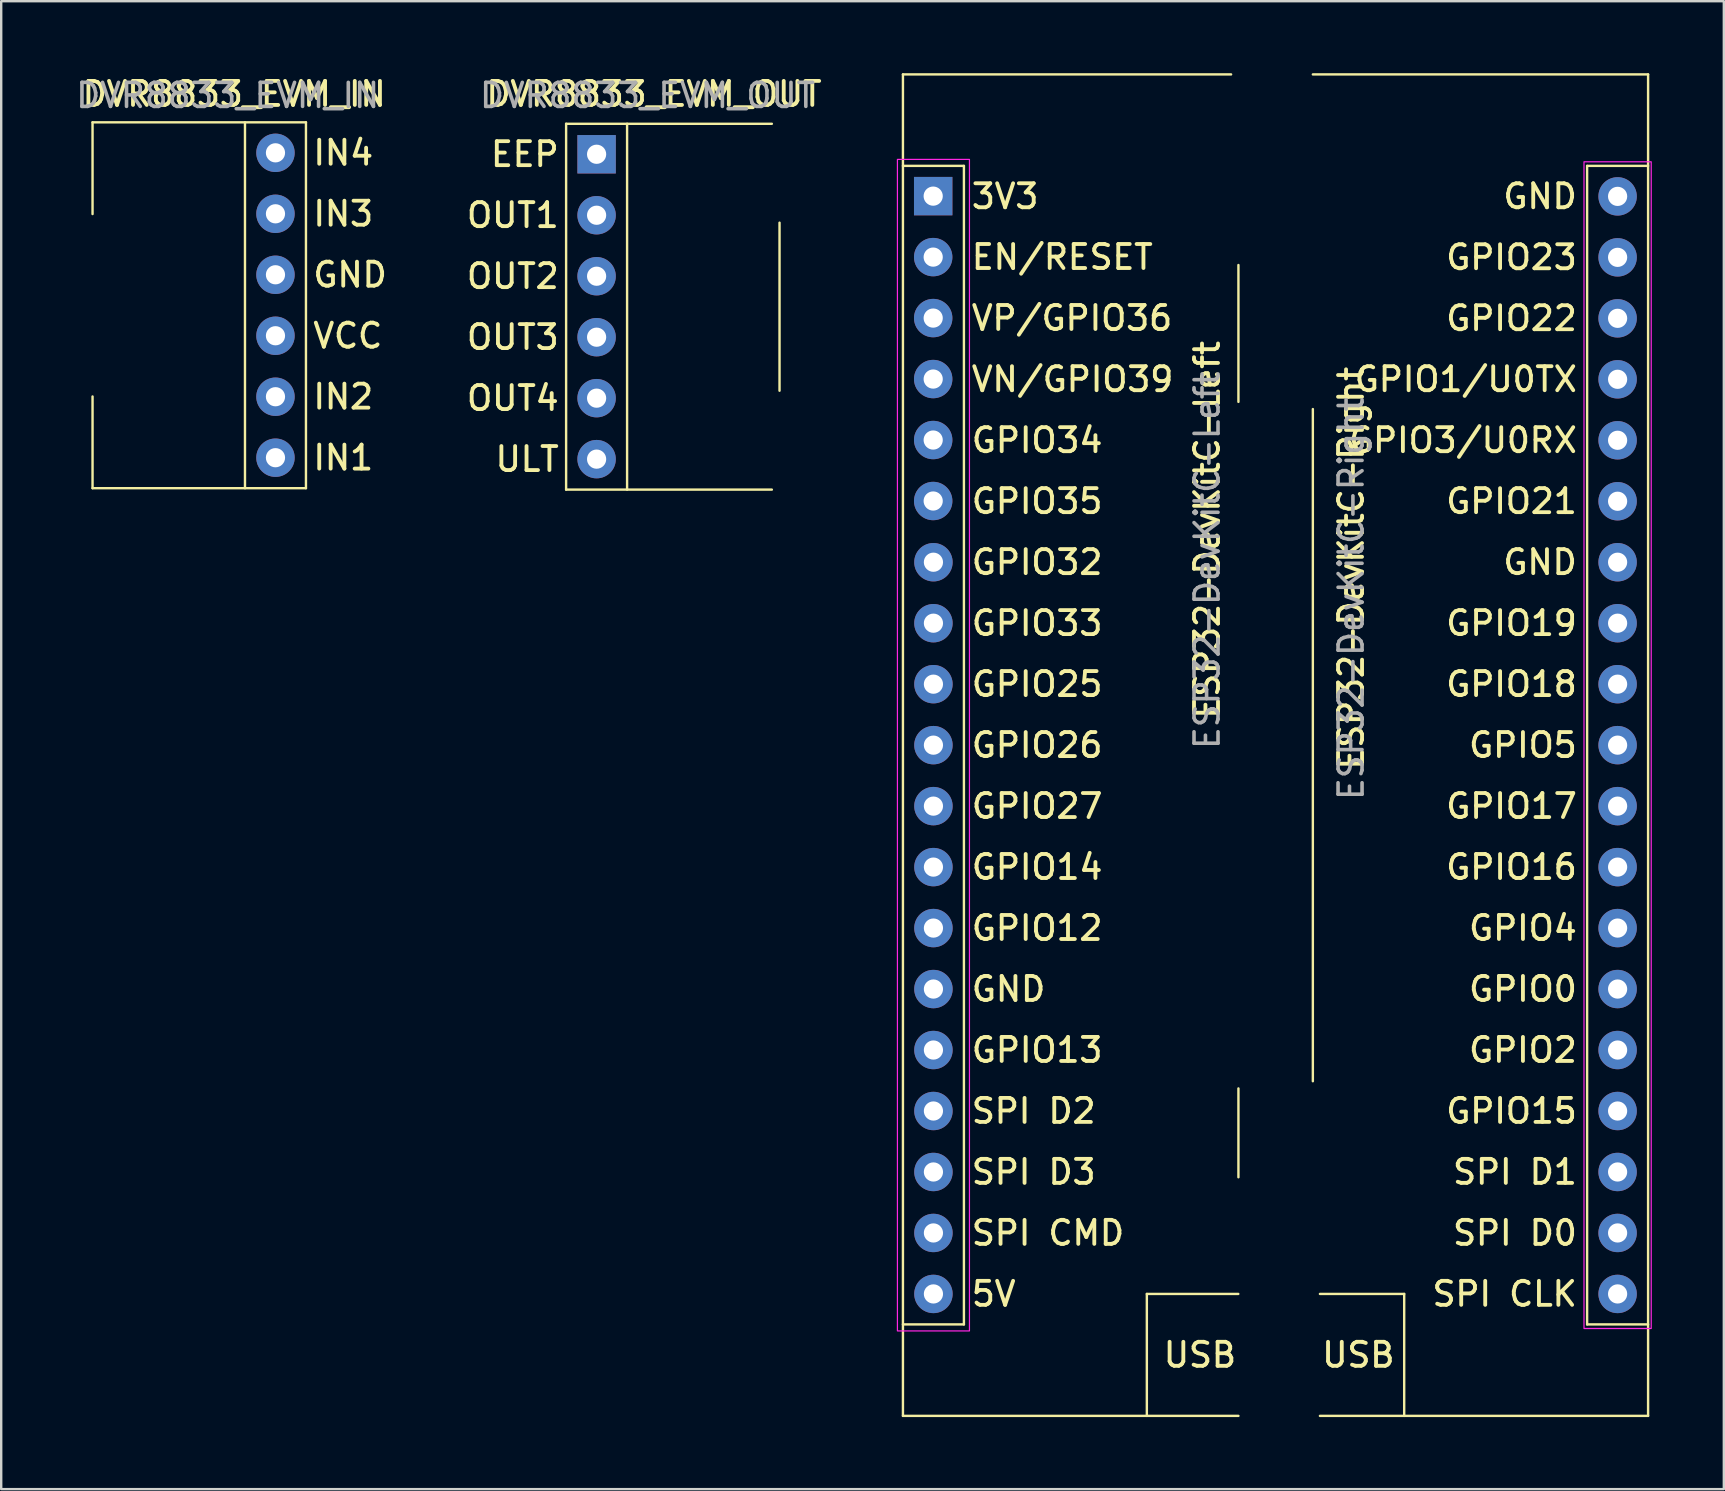
<source format=kicad_pcb>
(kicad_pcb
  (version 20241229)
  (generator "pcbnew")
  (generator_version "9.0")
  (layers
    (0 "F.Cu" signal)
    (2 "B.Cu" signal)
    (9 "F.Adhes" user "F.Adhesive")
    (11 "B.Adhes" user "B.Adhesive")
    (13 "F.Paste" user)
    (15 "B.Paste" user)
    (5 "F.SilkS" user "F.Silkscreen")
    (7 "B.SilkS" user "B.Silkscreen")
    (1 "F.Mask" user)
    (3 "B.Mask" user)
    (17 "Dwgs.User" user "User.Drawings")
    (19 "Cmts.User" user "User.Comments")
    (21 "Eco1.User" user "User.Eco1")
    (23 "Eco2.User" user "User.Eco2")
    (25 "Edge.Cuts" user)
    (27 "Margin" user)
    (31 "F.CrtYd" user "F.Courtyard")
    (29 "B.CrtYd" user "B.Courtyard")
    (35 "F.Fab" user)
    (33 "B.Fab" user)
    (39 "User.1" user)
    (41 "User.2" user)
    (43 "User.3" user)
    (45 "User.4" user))
  (footprint "ESP32-DevKitC-Left"
    (layer "F.Cu")
    (at 35.833 27.99)
    (property "Reference" "ESP32-DevKitC-Left" (at 11.4 -8.97 90) (layer "F.SilkS") (effects (font (size 1 1) (thickness 0.16))))
    (attr through_hole)
    (fp_line (start -1.27 -27.94) (end 12.4 -27.94) (stroke (width 0.1) (type default)) (layer "F.SilkS"))
    (fp_line (start -1.27 -24.13) (end 1.27 -24.13) (stroke (width 0.1) (type default)) (layer "F.SilkS"))
    (fp_line (start -1.27 24.13) (end 1.27 24.13) (stroke (width 0.1) (type default)) (layer "F.SilkS"))
    (fp_line (start -1.27 27.94) (end -1.27 -27.94) (stroke (width 0.1) (type default)) (layer "F.SilkS"))
    (fp_line (start 1.27 -24.13) (end 1.27 24.13) (stroke (width 0.1) (type default)) (layer "F.SilkS"))
    (fp_line (start 8.89 22.86) (end 8.89 27.94) (stroke (width 0.1) (type default)) (layer "F.SilkS"))
    (fp_line (start 8.89 22.86) (end 12.7 22.86) (stroke (width 0.1) (type default)) (layer "F.SilkS"))
    (fp_line (start 12.705 -14.3) (end 12.705 -20) (stroke (width 0.1) (type default)) (layer "F.SilkS"))
    (fp_line (start 12.705 14.3) (end 12.705 18) (stroke (width 0.1) (type default)) (layer "F.SilkS"))
    (fp_line (start 12.705 27.94) (end -1.27 27.94) (stroke (width 0.1) (type default)) (layer "F.SilkS"))
    (fp_rect (start -1.5 -24.4) (end 1.5 24.4) (stroke (width 0.05) (type default)) (fill no) (layer "F.CrtYd"))
    (fp_text user "GPIO33" (at 1.5 -5.08 0) (unlocked yes) (layer "F.SilkS") (effects (font (size 1 1) (thickness 0.16)) (justify left)))
    (fp_text user "GPIO14" (at 1.5 5.08 0) (unlocked yes) (layer "F.SilkS") (effects (font (size 1 1) (thickness 0.16)) (justify left)))
    (fp_text user "VN/GPIO39" (at 1.5 -15.24 0) (unlocked yes) (layer "F.SilkS") (effects (font (size 1 1) (thickness 0.16)) (justify left)))
    (fp_text user "GPIO32" (at 1.5 -7.62 0) (unlocked yes) (layer "F.SilkS") (effects (font (size 1 1) (thickness 0.16)) (justify left)))
    (fp_text user "GPIO34" (at 1.5 -12.7 0) (unlocked yes) (layer "F.SilkS") (effects (font (size 1 1) (thickness 0.16)) (justify left)))
    (fp_text user "GPIO25" (at 1.5 -2.54 0) (unlocked yes) (layer "F.SilkS") (effects (font (size 1 1) (thickness 0.16)) (justify left)))
    (fp_text user "3V3" (at 1.5 -22.86 0) (unlocked yes) (layer "F.SilkS") (effects (font (size 1 1) (thickness 0.16)) (justify left)))
    (fp_text user "5V" (at 1.5 22.86 0) (unlocked yes) (layer "F.SilkS") (effects (font (size 1 1) (thickness 0.16)) (justify left)))
    (fp_text user "VP/GPIO36" (at 1.5 -17.79 0) (unlocked yes) (layer "F.SilkS") (effects (font (size 1 1) (thickness 0.16)) (justify left)))
    (fp_text user "GPIO26" (at 1.5 0 0) (unlocked yes) (layer "F.SilkS") (effects (font (size 1 1) (thickness 0.16)) (justify left)))
    (fp_text user "GPIO12" (at 1.5 7.62 0) (unlocked yes) (layer "F.SilkS") (effects (font (size 1 1) (thickness 0.16)) (justify left)))
    (fp_text user "GPIO27" (at 1.5 2.54 0) (unlocked yes) (layer "F.SilkS") (effects (font (size 1 1) (thickness 0.16)) (justify left)))
    (fp_text user "SPI CMD" (at 1.5 20.32 0) (unlocked yes) (layer "F.SilkS") (effects (font (size 1 1) (thickness 0.16)) (justify left)))
    (fp_text user "SPI D3" (at 1.5 17.78 0) (unlocked yes) (layer "F.SilkS") (effects (font (size 1 1) (thickness 0.16)) (justify left)))
    (fp_text user "GND" (at 1.5 10.16 0) (unlocked yes) (layer "F.SilkS") (effects (font (size 1 1) (thickness 0.16)) (justify left)))
    (fp_text user "GPIO13" (at 1.5 12.7 0) (unlocked yes) (layer "F.SilkS") (effects (font (size 1 1) (thickness 0.16)) (justify left)))
    (fp_text user "EN/RESET" (at 1.5 -20.33 0) (unlocked yes) (layer "F.SilkS") (effects (font (size 1 1) (thickness 0.16)) (justify left)))
    (fp_text user "GPIO35" (at 1.5 -10.16 0) (unlocked yes) (layer "F.SilkS") (effects (font (size 1 1) (thickness 0.16)) (justify left)))
    (fp_text user "USB" (at 11.1 25.4 0) (unlocked yes) (layer "F.SilkS") (effects (font (size 1 1) (thickness 0.16))))
    (fp_text user "SPI D2" (at 1.5 15.24 0) (unlocked yes) (layer "F.SilkS") (effects (font (size 1 1) (thickness 0.16)) (justify left)))
    (fp_text user "${REFERENCE}" (at 11.4 -7.7 90) (layer "F.Fab") (effects (font (size 1 1) (thickness 0.15))))
    (pad "1" thru_hole rect (at -0.01 -22.87) (size 1.6 1.6) (drill 0.8) (layers "*.Cu" "*.Mask"))
    (pad "2" thru_hole oval (at -0.01 -20.33) (size 1.6 1.6) (drill 0.8) (layers "*.Cu" "*.Mask"))
    (pad "3" thru_hole oval (at -0.01 -17.79) (size 1.6 1.6) (drill 0.8) (layers "*.Cu" "*.Mask"))
    (pad "4" thru_hole oval (at -0.01 -15.25) (size 1.6 1.6) (drill 0.8) (layers "*.Cu" "*.Mask"))
    (pad "5" thru_hole oval (at -0.01 -12.71) (size 1.6 1.6) (drill 0.8) (layers "*.Cu" "*.Mask"))
    (pad "6" thru_hole oval (at -0.01 -10.17) (size 1.6 1.6) (drill 0.8) (layers "*.Cu" "*.Mask"))
    (pad "7" thru_hole oval (at 0 -7.62) (size 1.6 1.6) (drill 0.8) (layers "*.Cu" "*.Mask"))
    (pad "8" thru_hole oval (at 0 -5.08) (size 1.6 1.6) (drill 0.8) (layers "*.Cu" "*.Mask"))
    (pad "9" thru_hole oval (at 0 -2.54) (size 1.6 1.6) (drill 0.8) (layers "*.Cu" "*.Mask"))
    (pad "10" thru_hole oval (at 0 0) (size 1.6 1.6) (drill 0.8) (layers "*.Cu" "*.Mask"))
    (pad "11" thru_hole oval (at 0 2.54) (size 1.6 1.6) (drill 0.8) (layers "*.Cu" "*.Mask"))
    (pad "12" thru_hole oval (at 0 5.08) (size 1.6 1.6) (drill 0.8) (layers "*.Cu" "*.Mask"))
    (pad "13" thru_hole oval (at 0 7.62) (size 1.6 1.6) (drill 0.8) (layers "*.Cu" "*.Mask"))
    (pad "14" thru_hole oval (at 0 10.16) (size 1.6 1.6) (drill 0.8) (layers "*.Cu" "*.Mask"))
    (pad "15" thru_hole oval (at 0 12.7) (size 1.6 1.6) (drill 0.8) (layers "*.Cu" "*.Mask"))
    (pad "16" thru_hole oval (at 0 15.24) (size 1.6 1.6) (drill 0.8) (layers "*.Cu" "*.Mask"))
    (pad "17" thru_hole oval (at 0 17.78) (size 1.6 1.6) (drill 0.8) (layers "*.Cu" "*.Mask"))
    (pad "18" thru_hole oval (at 0 20.32) (size 1.6 1.6) (drill 0.8) (layers "*.Cu" "*.Mask"))
    (pad "19" thru_hole oval (at 0 22.86) (size 1.6 1.6) (drill 0.8) (layers "*.Cu" "*.Mask")))
  (footprint "DVR8833_EVM_OUT"
    (layer "F.Cu")
    (at 21.802 9.726)
    (property "Reference" "DVR8833_EVM_OUT" (at 2.39 -8.86 0) (layer "F.SilkS") (effects (font (size 1 1) (thickness 0.16))))
    (attr through_hole)
    (fp_line (start -1.27 -7.62) (end 7.3 -7.62) (stroke (width 0.1) (type default)) (layer "F.SilkS"))
    (fp_line (start -1.27 7.62) (end -1.27 -7.62) (stroke (width 0.1) (type default)) (layer "F.SilkS"))
    (fp_line (start 1.27 -7.62) (end 1.27 7.62) (stroke (width 0.1) (type default)) (layer "F.SilkS"))
    (fp_line (start 7.3 7.62) (end -1.27 7.62) (stroke (width 0.1) (type default)) (layer "F.SilkS"))
    (fp_line (start 7.62 -3.5) (end 7.62 3.5) (stroke (width 0.1) (type solid)) (layer "F.SilkS"))
    (fp_text user "OUT1" (at -1.48 -3.81 0) (unlocked yes) (layer "F.SilkS") (effects (font (size 1 1) (thickness 0.16)) (justify right)))
    (fp_text user "EEP" (at -1.48 -6.35 0) (unlocked yes) (layer "F.SilkS") (effects (font (size 1 1) (thickness 0.16)) (justify right)))
    (fp_text user "OUT2" (at -1.48 -1.27 0) (unlocked yes) (layer "F.SilkS") (effects (font (size 1 1) (thickness 0.16)) (justify right)))
    (fp_text user "OUT3" (at -1.48 1.27 0) (unlocked yes) (layer "F.SilkS") (effects (font (size 1 1) (thickness 0.16)) (justify right)))
    (fp_text user "OUT4" (at -1.48 3.81 0) (unlocked yes) (layer "F.SilkS") (effects (font (size 1 1) (thickness 0.16)) (justify right)))
    (fp_text user "ULT" (at -1.48 6.35 0) (unlocked yes) (layer "F.SilkS") (effects (font (size 1 1) (thickness 0.16)) (justify right)))
    (fp_text user "${REFERENCE}" (at 2.12 -8.8 0) (layer "F.Fab") (effects (font (size 1 1) (thickness 0.15))))
    (pad "1" thru_hole rect (at 0 -6.35) (size 1.6 1.6) (drill 0.8) (layers "*.Cu" "*.Mask"))
    (pad "2" thru_hole oval (at 0 -3.81) (size 1.6 1.6) (drill 0.8) (layers "*.Cu" "*.Mask"))
    (pad "3" thru_hole oval (at 0 -1.27) (size 1.6 1.6) (drill 0.8) (layers "*.Cu" "*.Mask"))
    (pad "4" thru_hole oval (at 0 1.27) (size 1.6 1.6) (drill 0.8) (layers "*.Cu" "*.Mask"))
    (pad "5" thru_hole oval (at 0 3.81) (size 1.6 1.6) (drill 0.8) (layers "*.Cu" "*.Mask"))
    (pad "6" thru_hole oval (at 0 6.35) (size 1.6 1.6) (drill 0.8) (layers "*.Cu" "*.Mask")))
  (footprint "ESP32-DevKitC-Right"
    (layer "F.Cu")
    (at 64.333 27.99)
    (property "Reference" "ESP32-DevKitC-Right" (at -11.1 -7.37 90) (layer "F.SilkS") (effects (font (size 1 1) (thickness 0.16))))
    (attr through_hole)
    (fp_line (start -12.695 -27.94) (end 1.27 -27.94) (stroke (width 0.1) (type default)) (layer "F.SilkS"))
    (fp_line (start -12.695 -14) (end -12.695 14) (stroke (width 0.1) (type default)) (layer "F.SilkS"))
    (fp_line (start -12.4 22.86) (end -8.89 22.86) (stroke (width 0.1) (type default)) (layer "F.SilkS"))
    (fp_line (start -8.89 22.86) (end -8.89 27.94) (stroke (width 0.1) (type default)) (layer "F.SilkS"))
    (fp_line (start -1.27 -24.13) (end 1.27 -24.13) (stroke (width 0.1) (type default)) (layer "F.SilkS"))
    (fp_line (start -1.27 24.13) (end -1.27 -24.13) (stroke (width 0.1) (type default)) (layer "F.SilkS"))
    (fp_line (start -1.27 24.13) (end 1.27 24.13) (stroke (width 0.1) (type default)) (layer "F.SilkS"))
    (fp_line (start 1.27 -27.94) (end 1.27 27.94) (stroke (width 0.1) (type default)) (layer "F.SilkS"))
    (fp_line (start 1.27 27.94) (end -12.4 27.94) (stroke (width 0.1) (type default)) (layer "F.SilkS"))
    (fp_rect (start -1.4 -24.3) (end 1.4 24.3) (stroke (width 0.05) (type default)) (fill no) (layer "F.CrtYd"))
    (fp_text user "GPIO22" (at -1.6 -17.78 0) (unlocked yes) (layer "F.SilkS") (effects (font (size 1 1) (thickness 0.16)) (justify right)))
    (fp_text user "GPIO21" (at -1.6 -10.16 0) (unlocked yes) (layer "F.SilkS") (effects (font (size 1 1) (thickness 0.16)) (justify right)))
    (fp_text user "SPI CLK" (at -1.6 22.86 0) (unlocked yes) (layer "F.SilkS") (effects (font (size 1 1) (thickness 0.16)) (justify right)))
    (fp_text user "GPIO17" (at -1.6 2.54 0) (unlocked yes) (layer "F.SilkS") (effects (font (size 1 1) (thickness 0.16)) (justify right)))
    (fp_text user "GPIO0" (at -1.6 10.16 0) (unlocked yes) (layer "F.SilkS") (effects (font (size 1 1) (thickness 0.16)) (justify right)))
    (fp_text user "GPIO18" (at -1.6 -2.54 0) (unlocked yes) (layer "F.SilkS") (effects (font (size 1 1) (thickness 0.16)) (justify right)))
    (fp_text user "GPIO15" (at -1.6 15.24 0) (unlocked yes) (layer "F.SilkS") (effects (font (size 1 1) (thickness 0.16)) (justify right)))
    (fp_text user "GND" (at -1.6 -7.62 0) (unlocked yes) (layer "F.SilkS") (effects (font (size 1 1) (thickness 0.16)) (justify right)))
    (fp_text user "SPI D1" (at -1.6 17.78 0) (unlocked yes) (layer "F.SilkS") (effects (font (size 1 1) (thickness 0.16)) (justify right)))
    (fp_text user "GPIO2" (at -1.6 12.7 0) (unlocked yes) (layer "F.SilkS") (effects (font (size 1 1) (thickness 0.16)) (justify right)))
    (fp_text user "SPI D0" (at -1.6 20.32 0) (unlocked yes) (layer "F.SilkS") (effects (font (size 1 1) (thickness 0.16)) (justify right)))
    (fp_text user "GND" (at -1.6 -22.86 0) (unlocked yes) (layer "F.SilkS") (effects (font (size 1 1) (thickness 0.16)) (justify right)))
    (fp_text user "GPIO5" (at -1.6 0 0) (unlocked yes) (layer "F.SilkS") (effects (font (size 1 1) (thickness 0.16)) (justify right)))
    (fp_text user "GPIO16" (at -1.6 5.08 0) (unlocked yes) (layer "F.SilkS") (effects (font (size 1 1) (thickness 0.16)) (justify right)))
    (fp_text user "GPIO19" (at -1.6 -5.08 0) (unlocked yes) (layer "F.SilkS") (effects (font (size 1 1) (thickness 0.16)) (justify right)))
    (fp_text user "GPIO23" (at -1.6 -20.32 0) (unlocked yes) (layer "F.SilkS") (effects (font (size 1 1) (thickness 0.16)) (justify right)))
    (fp_text user "GPIO4" (at -1.6 7.62 0) (unlocked yes) (layer "F.SilkS") (effects (font (size 1 1) (thickness 0.16)) (justify right)))
    (fp_text user "GPIO1/U0TX" (at -1.6 -15.24 0) (unlocked yes) (layer "F.SilkS") (effects (font (size 1 1) (thickness 0.16)) (justify right)))
    (fp_text user "USB" (at -10.8 25.4 0) (unlocked yes) (layer "F.SilkS") (effects (font (size 1 1) (thickness 0.16))))
    (fp_text user "GPIO3/U0RX" (at -1.6 -12.7 0) (unlocked yes) (layer "F.SilkS") (effects (font (size 1 1) (thickness 0.16)) (justify right)))
    (fp_text user "${REFERENCE}" (at -11.1 -6.1 90) (layer "F.Fab") (effects (font (size 1 1) (thickness 0.15))))
    (pad "20" thru_hole oval (at 0 22.86) (size 1.6 1.6) (drill 0.8) (layers "*.Cu" "*.Mask"))
    (pad "21" thru_hole oval (at 0 20.32) (size 1.6 1.6) (drill 0.8) (layers "*.Cu" "*.Mask"))
    (pad "22" thru_hole oval (at 0 17.78) (size 1.6 1.6) (drill 0.8) (layers "*.Cu" "*.Mask"))
    (pad "23" thru_hole oval (at 0 15.24) (size 1.6 1.6) (drill 0.8) (layers "*.Cu" "*.Mask"))
    (pad "24" thru_hole oval (at 0 12.7) (size 1.6 1.6) (drill 0.8) (layers "*.Cu" "*.Mask"))
    (pad "25" thru_hole oval (at 0 10.16) (size 1.6 1.6) (drill 0.8) (layers "*.Cu" "*.Mask"))
    (pad "26" thru_hole oval (at 0 7.62) (size 1.6 1.6) (drill 0.8) (layers "*.Cu" "*.Mask"))
    (pad "27" thru_hole oval (at 0 5.08) (size 1.6 1.6) (drill 0.8) (layers "*.Cu" "*.Mask"))
    (pad "28" thru_hole oval (at 0 2.54) (size 1.6 1.6) (drill 0.8) (layers "*.Cu" "*.Mask"))
    (pad "29" thru_hole oval (at 0 0) (size 1.6 1.6) (drill 0.8) (layers "*.Cu" "*.Mask"))
    (pad "30" thru_hole oval (at 0 -2.54) (size 1.6 1.6) (drill 0.8) (layers "*.Cu" "*.Mask"))
    (pad "31" thru_hole oval (at 0 -5.08) (size 1.6 1.6) (drill 0.8) (layers "*.Cu" "*.Mask"))
    (pad "32" thru_hole oval (at 0 -7.62) (size 1.6 1.6) (drill 0.8) (layers "*.Cu" "*.Mask"))
    (pad "33" thru_hole oval (at 0 -10.16) (size 1.6 1.6) (drill 0.8) (layers "*.Cu" "*.Mask"))
    (pad "34" thru_hole oval (at 0 -12.7) (size 1.6 1.6) (drill 0.8) (layers "*.Cu" "*.Mask"))
    (pad "35" thru_hole oval (at 0 -15.24) (size 1.6 1.6) (drill 0.8) (layers "*.Cu" "*.Mask"))
    (pad "36" thru_hole oval (at 0 -17.78) (size 1.6 1.6) (drill 0.8) (layers "*.Cu" "*.Mask"))
    (pad "37" thru_hole oval (at 0 -20.32) (size 1.6 1.6) (drill 0.8) (layers "*.Cu" "*.Mask"))
    (pad "38" thru_hole oval (at 0 -22.86) (size 1.6 1.6) (drill 0.8) (layers "*.Cu" "*.Mask")))
  (footprint "DVR8833_EVM_IN"
    (layer "F.Cu")
    (at 8.425 9.666)
    (property "Reference" "DVR8833_EVM_IN" (at -1.72 -8.8 0) (layer "F.SilkS") (effects (font (size 1 1) (thickness 0.16))))
    (attr through_hole)
    (fp_line (start -7.62 -7.62) (end 1.27 -7.62) (stroke (width 0.1) (type default)) (layer "F.SilkS"))
    (fp_line (start -7.62 -3.8) (end -7.62 -7.62) (stroke (width 0.1) (type solid)) (layer "F.SilkS"))
    (fp_line (start -7.62 3.8) (end -7.62 7.62) (stroke (width 0.1) (type solid)) (layer "F.SilkS"))
    (fp_line (start -1.27 7.62) (end -1.27 -7.62) (stroke (width 0.1) (type default)) (layer "F.SilkS"))
    (fp_line (start 1.27 -7.62) (end 1.27 7.62) (stroke (width 0.1) (type default)) (layer "F.SilkS"))
    (fp_line (start 1.27 7.62) (end -7.62 7.62) (stroke (width 0.1) (type default)) (layer "F.SilkS"))
    (fp_text user "IN1" (at 1.48 6.35 0) (unlocked yes) (layer "F.SilkS") (effects (font (size 1 1) (thickness 0.16)) (justify left)))
    (fp_text user "IN3" (at 1.48 -3.81 0) (unlocked yes) (layer "F.SilkS") (effects (font (size 1 1) (thickness 0.16)) (justify left)))
    (fp_text user "VCC" (at 1.48 1.27 0) (unlocked yes) (layer "F.SilkS") (effects (font (size 1 1) (thickness 0.16)) (justify left)))
    (fp_text user "GND" (at 1.48 -1.27 0) (unlocked yes) (layer "F.SilkS") (effects (font (size 1 1) (thickness 0.16)) (justify left)))
    (fp_text user "IN2" (at 1.48 3.81 0) (unlocked yes) (layer "F.SilkS") (effects (font (size 1 1) (thickness 0.16)) (justify left)))
    (fp_text user "IN4" (at 1.48 -6.35 0) (unlocked yes) (layer "F.SilkS") (effects (font (size 1 1) (thickness 0.16)) (justify left)))
    (fp_text user "${REFERENCE}" (at -1.99 -8.74 0) (layer "F.Fab") (effects (font (size 1 1) (thickness 0.15))))
    (pad "7" thru_hole oval (at 0 6.35) (size 1.6 1.6) (drill 0.8) (layers "*.Cu" "*.Mask"))
    (pad "8" thru_hole oval (at 0 3.81) (size 1.6 1.6) (drill 0.8) (layers "*.Cu" "*.Mask"))
    (pad "9" thru_hole oval (at 0 1.27) (size 1.6 1.6) (drill 0.8) (layers "*.Cu" "*.Mask"))
    (pad "10" thru_hole oval (at 0 -1.27) (size 1.6 1.6) (drill 0.8) (layers "*.Cu" "*.Mask"))
    (pad "11" thru_hole oval (at 0 -3.81) (size 1.6 1.6) (drill 0.8) (layers "*.Cu" "*.Mask"))
    (pad "12" thru_hole oval (at 0 -6.35) (size 1.6 1.6) (drill 0.8) (layers "*.Cu" "*.Mask")))
  (gr_rect
    (start -3 -3)
    (end 68.758 58.98)
    (stroke (width 0.1) (type default))
    (fill no)
    (layer "Edge.Cuts")))
</source>
